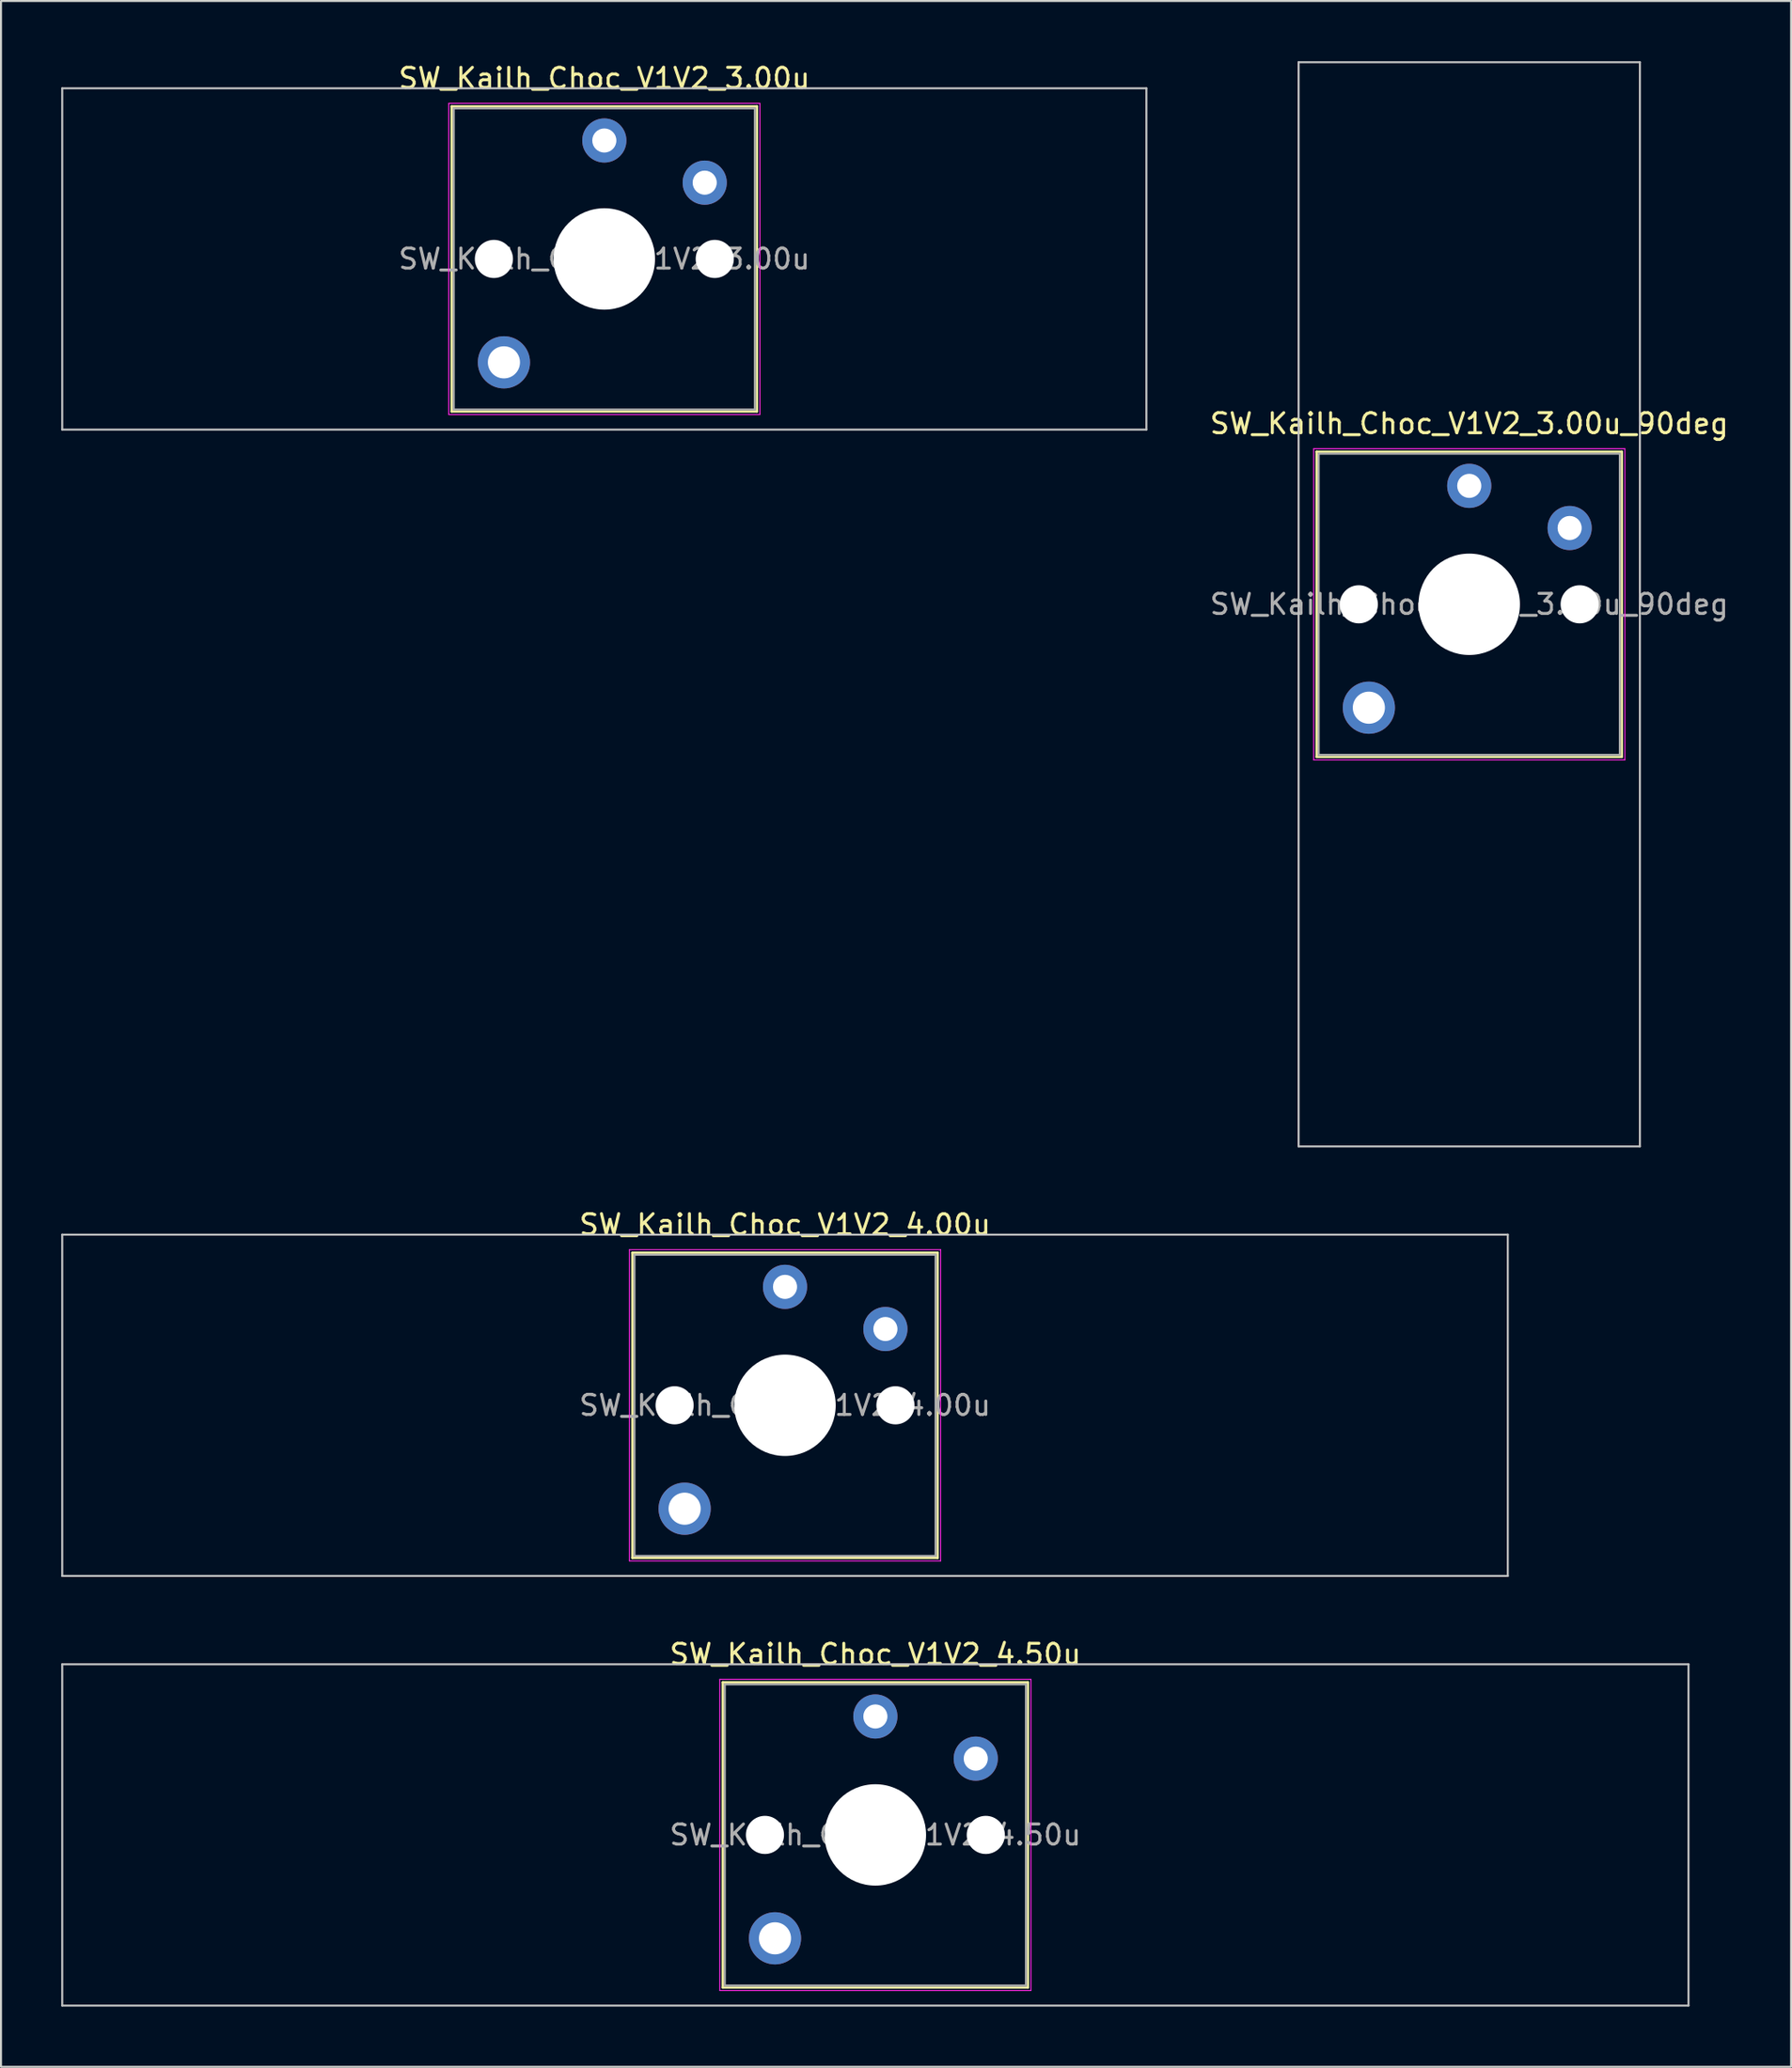
<source format=kicad_pcb>
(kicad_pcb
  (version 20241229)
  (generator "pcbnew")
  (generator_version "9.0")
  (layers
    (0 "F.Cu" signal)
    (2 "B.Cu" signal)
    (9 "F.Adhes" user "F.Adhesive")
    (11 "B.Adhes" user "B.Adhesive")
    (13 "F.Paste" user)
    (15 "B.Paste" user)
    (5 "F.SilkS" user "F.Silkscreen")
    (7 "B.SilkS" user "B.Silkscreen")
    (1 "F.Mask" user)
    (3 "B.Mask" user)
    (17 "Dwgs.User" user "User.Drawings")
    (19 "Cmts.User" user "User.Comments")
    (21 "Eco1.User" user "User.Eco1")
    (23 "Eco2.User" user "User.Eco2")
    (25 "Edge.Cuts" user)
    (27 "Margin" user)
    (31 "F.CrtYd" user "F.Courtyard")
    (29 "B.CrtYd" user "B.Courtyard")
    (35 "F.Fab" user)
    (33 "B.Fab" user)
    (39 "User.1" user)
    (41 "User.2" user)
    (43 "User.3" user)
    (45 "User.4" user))
  (footprint "SW_Kailh_Choc_V1V2_4.50u"
    (layer "F.Cu")
    (at 40.55 88.347)
    (property "Reference" "SW_Kailh_Choc_V1V2_4.50u" (at 0 -9 0) (layer "F.SilkS") (effects (font (size 1 1) (thickness 0.15))))
    (attr through_hole)
    (fp_line (start -7.6 -7.6) (end -7.6 7.6) (stroke (width 0.12) (type solid)) (layer "F.SilkS"))
    (fp_line (start -7.6 7.6) (end 7.6 7.6) (stroke (width 0.12) (type solid)) (layer "F.SilkS"))
    (fp_line (start 7.6 -7.6) (end -7.6 -7.6) (stroke (width 0.12) (type solid)) (layer "F.SilkS"))
    (fp_line (start 7.6 7.6) (end 7.6 -7.6) (stroke (width 0.12) (type solid)) (layer "F.SilkS"))
    (fp_line (start -40.5 -8.5) (end -40.5 8.5) (stroke (width 0.1) (type solid)) (layer "Dwgs.User"))
    (fp_line (start -40.5 8.5) (end 40.5 8.5) (stroke (width 0.1) (type solid)) (layer "Dwgs.User"))
    (fp_line (start 40.5 -8.5) (end -40.5 -8.5) (stroke (width 0.1) (type solid)) (layer "Dwgs.User"))
    (fp_line (start 40.5 8.5) (end 40.5 -8.5) (stroke (width 0.1) (type solid)) (layer "Dwgs.User"))
    (fp_line (start -7.25 -7.25) (end -7.25 7.25) (stroke (width 0.1) (type solid)) (layer "Eco1.User"))
    (fp_line (start -7.25 7.25) (end 7.25 7.25) (stroke (width 0.1) (type solid)) (layer "Eco1.User"))
    (fp_line (start 7.25 -7.25) (end -7.25 -7.25) (stroke (width 0.1) (type solid)) (layer "Eco1.User"))
    (fp_line (start 7.25 7.25) (end 7.25 -7.25) (stroke (width 0.1) (type solid)) (layer "Eco1.User"))
    (fp_line (start -7.75 -7.75) (end -7.75 7.75) (stroke (width 0.05) (type solid)) (layer "F.CrtYd"))
    (fp_line (start -7.75 7.75) (end 7.75 7.75) (stroke (width 0.05) (type solid)) (layer "F.CrtYd"))
    (fp_line (start 7.75 -7.75) (end -7.75 -7.75) (stroke (width 0.05) (type solid)) (layer "F.CrtYd"))
    (fp_line (start 7.75 7.75) (end 7.75 -7.75) (stroke (width 0.05) (type solid)) (layer "F.CrtYd"))
    (fp_line (start -7.5 -7.5) (end -7.5 7.5) (stroke (width 0.1) (type solid)) (layer "F.Fab"))
    (fp_line (start -7.5 7.5) (end 7.5 7.5) (stroke (width 0.1) (type solid)) (layer "F.Fab"))
    (fp_line (start 7.5 -7.5) (end -7.5 -7.5) (stroke (width 0.1) (type solid)) (layer "F.Fab"))
    (fp_line (start 7.5 7.5) (end 7.5 -7.5) (stroke (width 0.1) (type solid)) (layer "F.Fab"))
    (fp_text user "${REFERENCE}" (at 0 0 0) (layer "F.Fab") (effects (font (size 1 1) (thickness 0.15))))
    (pad "" np_thru_hole circle (at -5.5 0) (size 1.9 1.9) (drill 1.9) (layers "*.Cu" "*.Mask"))
    (pad "" smd circle (at -5 5.15) (size 1.65 1.65) (layers "F.Mask"))
    (pad "" thru_hole circle (at -5 5.15) (size 2.6 2.6) (drill 1.6) (layers "*.Cu" "B.Mask"))
    (pad "" smd circle (at 0 -5.9) (size 1.25 1.25) (layers "F.Mask"))
    (pad "" np_thru_hole circle (at 0 0) (size 5.05 5.05) (drill 5.05) (layers "*.Cu" "*.Mask"))
    (pad "" smd circle (at 5 -3.8) (size 1.25 1.25) (layers "F.Mask"))
    (pad "" np_thru_hole circle (at 5.5 0) (size 1.9 1.9) (drill 1.9) (layers "*.Cu" "*.Mask"))
    (pad "1" thru_hole circle (at 0 -5.9) (size 2.2 2.2) (drill 1.2) (layers "*.Cu" "B.Mask"))
    (pad "2" thru_hole circle (at 5 -3.8) (size 2.2 2.2) (drill 1.2) (layers "*.Cu" "B.Mask")))
  (footprint "SW_Kailh_Choc_V1V2_3.00u"
    (layer "F.Cu")
    (at 27.05 9.848)
    (property "Reference" "SW_Kailh_Choc_V1V2_3.00u" (at 0 -9 0) (layer "F.SilkS") (effects (font (size 1 1) (thickness 0.15))))
    (attr through_hole)
    (fp_line (start -7.6 -7.6) (end -7.6 7.6) (stroke (width 0.12) (type solid)) (layer "F.SilkS"))
    (fp_line (start -7.6 7.6) (end 7.6 7.6) (stroke (width 0.12) (type solid)) (layer "F.SilkS"))
    (fp_line (start 7.6 -7.6) (end -7.6 -7.6) (stroke (width 0.12) (type solid)) (layer "F.SilkS"))
    (fp_line (start 7.6 7.6) (end 7.6 -7.6) (stroke (width 0.12) (type solid)) (layer "F.SilkS"))
    (fp_line (start -27 -8.5) (end -27 8.5) (stroke (width 0.1) (type solid)) (layer "Dwgs.User"))
    (fp_line (start -27 8.5) (end 27 8.5) (stroke (width 0.1) (type solid)) (layer "Dwgs.User"))
    (fp_line (start 27 -8.5) (end -27 -8.5) (stroke (width 0.1) (type solid)) (layer "Dwgs.User"))
    (fp_line (start 27 8.5) (end 27 -8.5) (stroke (width 0.1) (type solid)) (layer "Dwgs.User"))
    (fp_line (start -7.25 -7.25) (end -7.25 7.25) (stroke (width 0.1) (type solid)) (layer "Eco1.User"))
    (fp_line (start -7.25 7.25) (end 7.25 7.25) (stroke (width 0.1) (type solid)) (layer "Eco1.User"))
    (fp_line (start 7.25 -7.25) (end -7.25 -7.25) (stroke (width 0.1) (type solid)) (layer "Eco1.User"))
    (fp_line (start 7.25 7.25) (end 7.25 -7.25) (stroke (width 0.1) (type solid)) (layer "Eco1.User"))
    (fp_line (start -7.75 -7.75) (end -7.75 7.75) (stroke (width 0.05) (type solid)) (layer "F.CrtYd"))
    (fp_line (start -7.75 7.75) (end 7.75 7.75) (stroke (width 0.05) (type solid)) (layer "F.CrtYd"))
    (fp_line (start 7.75 -7.75) (end -7.75 -7.75) (stroke (width 0.05) (type solid)) (layer "F.CrtYd"))
    (fp_line (start 7.75 7.75) (end 7.75 -7.75) (stroke (width 0.05) (type solid)) (layer "F.CrtYd"))
    (fp_line (start -7.5 -7.5) (end -7.5 7.5) (stroke (width 0.1) (type solid)) (layer "F.Fab"))
    (fp_line (start -7.5 7.5) (end 7.5 7.5) (stroke (width 0.1) (type solid)) (layer "F.Fab"))
    (fp_line (start 7.5 -7.5) (end -7.5 -7.5) (stroke (width 0.1) (type solid)) (layer "F.Fab"))
    (fp_line (start 7.5 7.5) (end 7.5 -7.5) (stroke (width 0.1) (type solid)) (layer "F.Fab"))
    (fp_text user "${REFERENCE}" (at 0 0 0) (layer "F.Fab") (effects (font (size 1 1) (thickness 0.15))))
    (pad "" np_thru_hole circle (at -5.5 0) (size 1.9 1.9) (drill 1.9) (layers "*.Cu" "*.Mask"))
    (pad "" smd circle (at -5 5.15) (size 1.65 1.65) (layers "F.Mask"))
    (pad "" thru_hole circle (at -5 5.15) (size 2.6 2.6) (drill 1.6) (layers "*.Cu" "B.Mask"))
    (pad "" smd circle (at 0 -5.9) (size 1.25 1.25) (layers "F.Mask"))
    (pad "" np_thru_hole circle (at 0 0) (size 5.05 5.05) (drill 5.05) (layers "*.Cu" "*.Mask"))
    (pad "" smd circle (at 5 -3.8) (size 1.25 1.25) (layers "F.Mask"))
    (pad "" np_thru_hole circle (at 5.5 0) (size 1.9 1.9) (drill 1.9) (layers "*.Cu" "*.Mask"))
    (pad "1" thru_hole circle (at 0 -5.9) (size 2.2 2.2) (drill 1.2) (layers "*.Cu" "B.Mask"))
    (pad "2" thru_hole circle (at 5 -3.8) (size 2.2 2.2) (drill 1.2) (layers "*.Cu" "B.Mask")))
  (footprint "SW_Kailh_Choc_V1V2_4.00u"
    (layer "F.Cu")
    (at 36.05 66.948)
    (property "Reference" "SW_Kailh_Choc_V1V2_4.00u" (at 0 -9 0) (layer "F.SilkS") (effects (font (size 1 1) (thickness 0.15))))
    (attr through_hole)
    (fp_line (start -7.6 -7.6) (end -7.6 7.6) (stroke (width 0.12) (type solid)) (layer "F.SilkS"))
    (fp_line (start -7.6 7.6) (end 7.6 7.6) (stroke (width 0.12) (type solid)) (layer "F.SilkS"))
    (fp_line (start 7.6 -7.6) (end -7.6 -7.6) (stroke (width 0.12) (type solid)) (layer "F.SilkS"))
    (fp_line (start 7.6 7.6) (end 7.6 -7.6) (stroke (width 0.12) (type solid)) (layer "F.SilkS"))
    (fp_line (start -36 -8.5) (end -36 8.5) (stroke (width 0.1) (type solid)) (layer "Dwgs.User"))
    (fp_line (start -36 8.5) (end 36 8.5) (stroke (width 0.1) (type solid)) (layer "Dwgs.User"))
    (fp_line (start 36 -8.5) (end -36 -8.5) (stroke (width 0.1) (type solid)) (layer "Dwgs.User"))
    (fp_line (start 36 8.5) (end 36 -8.5) (stroke (width 0.1) (type solid)) (layer "Dwgs.User"))
    (fp_line (start -7.25 -7.25) (end -7.25 7.25) (stroke (width 0.1) (type solid)) (layer "Eco1.User"))
    (fp_line (start -7.25 7.25) (end 7.25 7.25) (stroke (width 0.1) (type solid)) (layer "Eco1.User"))
    (fp_line (start 7.25 -7.25) (end -7.25 -7.25) (stroke (width 0.1) (type solid)) (layer "Eco1.User"))
    (fp_line (start 7.25 7.25) (end 7.25 -7.25) (stroke (width 0.1) (type solid)) (layer "Eco1.User"))
    (fp_line (start -7.75 -7.75) (end -7.75 7.75) (stroke (width 0.05) (type solid)) (layer "F.CrtYd"))
    (fp_line (start -7.75 7.75) (end 7.75 7.75) (stroke (width 0.05) (type solid)) (layer "F.CrtYd"))
    (fp_line (start 7.75 -7.75) (end -7.75 -7.75) (stroke (width 0.05) (type solid)) (layer "F.CrtYd"))
    (fp_line (start 7.75 7.75) (end 7.75 -7.75) (stroke (width 0.05) (type solid)) (layer "F.CrtYd"))
    (fp_line (start -7.5 -7.5) (end -7.5 7.5) (stroke (width 0.1) (type solid)) (layer "F.Fab"))
    (fp_line (start -7.5 7.5) (end 7.5 7.5) (stroke (width 0.1) (type solid)) (layer "F.Fab"))
    (fp_line (start 7.5 -7.5) (end -7.5 -7.5) (stroke (width 0.1) (type solid)) (layer "F.Fab"))
    (fp_line (start 7.5 7.5) (end 7.5 -7.5) (stroke (width 0.1) (type solid)) (layer "F.Fab"))
    (fp_text user "${REFERENCE}" (at 0 0 0) (layer "F.Fab") (effects (font (size 1 1) (thickness 0.15))))
    (pad "" np_thru_hole circle (at -5.5 0) (size 1.9 1.9) (drill 1.9) (layers "*.Cu" "*.Mask"))
    (pad "" smd circle (at -5 5.15) (size 1.65 1.65) (layers "F.Mask"))
    (pad "" thru_hole circle (at -5 5.15) (size 2.6 2.6) (drill 1.6) (layers "*.Cu" "B.Mask"))
    (pad "" smd circle (at 0 -5.9) (size 1.25 1.25) (layers "F.Mask"))
    (pad "" np_thru_hole circle (at 0 0) (size 5.05 5.05) (drill 5.05) (layers "*.Cu" "*.Mask"))
    (pad "" smd circle (at 5 -3.8) (size 1.25 1.25) (layers "F.Mask"))
    (pad "" np_thru_hole circle (at 5.5 0) (size 1.9 1.9) (drill 1.9) (layers "*.Cu" "*.Mask"))
    (pad "1" thru_hole circle (at 0 -5.9) (size 2.2 2.2) (drill 1.2) (layers "*.Cu" "B.Mask"))
    (pad "2" thru_hole circle (at 5 -3.8) (size 2.2 2.2) (drill 1.2) (layers "*.Cu" "B.Mask")))
  (footprint "SW_Kailh_Choc_V1V2_3.00u_90deg"
    (layer "F.Cu")
    (at 70.13 27.05)
    (property "Reference" "SW_Kailh_Choc_V1V2_3.00u_90deg" (at 0 -9 0) (layer "F.SilkS") (effects (font (size 1 1) (thickness 0.15))))
    (attr through_hole)
    (fp_line (start -7.6 -7.6) (end -7.6 7.6) (stroke (width 0.12) (type solid)) (layer "F.SilkS"))
    (fp_line (start -7.6 7.6) (end 7.6 7.6) (stroke (width 0.12) (type solid)) (layer "F.SilkS"))
    (fp_line (start 7.6 -7.6) (end -7.6 -7.6) (stroke (width 0.12) (type solid)) (layer "F.SilkS"))
    (fp_line (start 7.6 7.6) (end 7.6 -7.6) (stroke (width 0.12) (type solid)) (layer "F.SilkS"))
    (fp_line (start -8.5 -27) (end 8.5 -27) (stroke (width 0.1) (type solid)) (layer "Dwgs.User"))
    (fp_line (start -8.5 27) (end -8.5 -27) (stroke (width 0.1) (type solid)) (layer "Dwgs.User"))
    (fp_line (start 8.5 -27) (end 8.5 27) (stroke (width 0.1) (type solid)) (layer "Dwgs.User"))
    (fp_line (start 8.5 27) (end -8.5 27) (stroke (width 0.1) (type solid)) (layer "Dwgs.User"))
    (fp_line (start -7.25 -7.25) (end -7.25 7.25) (stroke (width 0.1) (type solid)) (layer "Eco1.User"))
    (fp_line (start -7.25 7.25) (end 7.25 7.25) (stroke (width 0.1) (type solid)) (layer "Eco1.User"))
    (fp_line (start 7.25 -7.25) (end -7.25 -7.25) (stroke (width 0.1) (type solid)) (layer "Eco1.User"))
    (fp_line (start 7.25 7.25) (end 7.25 -7.25) (stroke (width 0.1) (type solid)) (layer "Eco1.User"))
    (fp_line (start -7.75 -7.75) (end -7.75 7.75) (stroke (width 0.05) (type solid)) (layer "F.CrtYd"))
    (fp_line (start -7.75 7.75) (end 7.75 7.75) (stroke (width 0.05) (type solid)) (layer "F.CrtYd"))
    (fp_line (start 7.75 -7.75) (end -7.75 -7.75) (stroke (width 0.05) (type solid)) (layer "F.CrtYd"))
    (fp_line (start 7.75 7.75) (end 7.75 -7.75) (stroke (width 0.05) (type solid)) (layer "F.CrtYd"))
    (fp_line (start -7.5 -7.5) (end -7.5 7.5) (stroke (width 0.1) (type solid)) (layer "F.Fab"))
    (fp_line (start -7.5 7.5) (end 7.5 7.5) (stroke (width 0.1) (type solid)) (layer "F.Fab"))
    (fp_line (start 7.5 -7.5) (end -7.5 -7.5) (stroke (width 0.1) (type solid)) (layer "F.Fab"))
    (fp_line (start 7.5 7.5) (end 7.5 -7.5) (stroke (width 0.1) (type solid)) (layer "F.Fab"))
    (fp_text user "${REFERENCE}" (at 0 0 0) (layer "F.Fab") (effects (font (size 1 1) (thickness 0.15))))
    (pad "" np_thru_hole circle (at -5.5 0) (size 1.9 1.9) (drill 1.9) (layers "*.Cu" "*.Mask"))
    (pad "" smd circle (at -5 5.15) (size 1.65 1.65) (layers "F.Mask"))
    (pad "" thru_hole circle (at -5 5.15) (size 2.6 2.6) (drill 1.6) (layers "*.Cu" "B.Mask"))
    (pad "" smd circle (at 0 -5.9) (size 1.25 1.25) (layers "F.Mask"))
    (pad "" np_thru_hole circle (at 0 0) (size 5.05 5.05) (drill 5.05) (layers "*.Cu" "*.Mask"))
    (pad "" smd circle (at 5 -3.8) (size 1.25 1.25) (layers "F.Mask"))
    (pad "" np_thru_hole circle (at 5.5 0) (size 1.9 1.9) (drill 1.9) (layers "*.Cu" "*.Mask"))
    (pad "1" thru_hole circle (at 0 -5.9) (size 2.2 2.2) (drill 1.2) (layers "*.Cu" "B.Mask"))
    (pad "2" thru_hole circle (at 5 -3.8) (size 2.2 2.2) (drill 1.2) (layers "*.Cu" "B.Mask")))
  (gr_rect
    (start -3 -3)
    (end 86.16 99.897)
    (stroke (width 0.1) (type default))
    (fill no)
    (layer "Edge.Cuts")))
</source>
